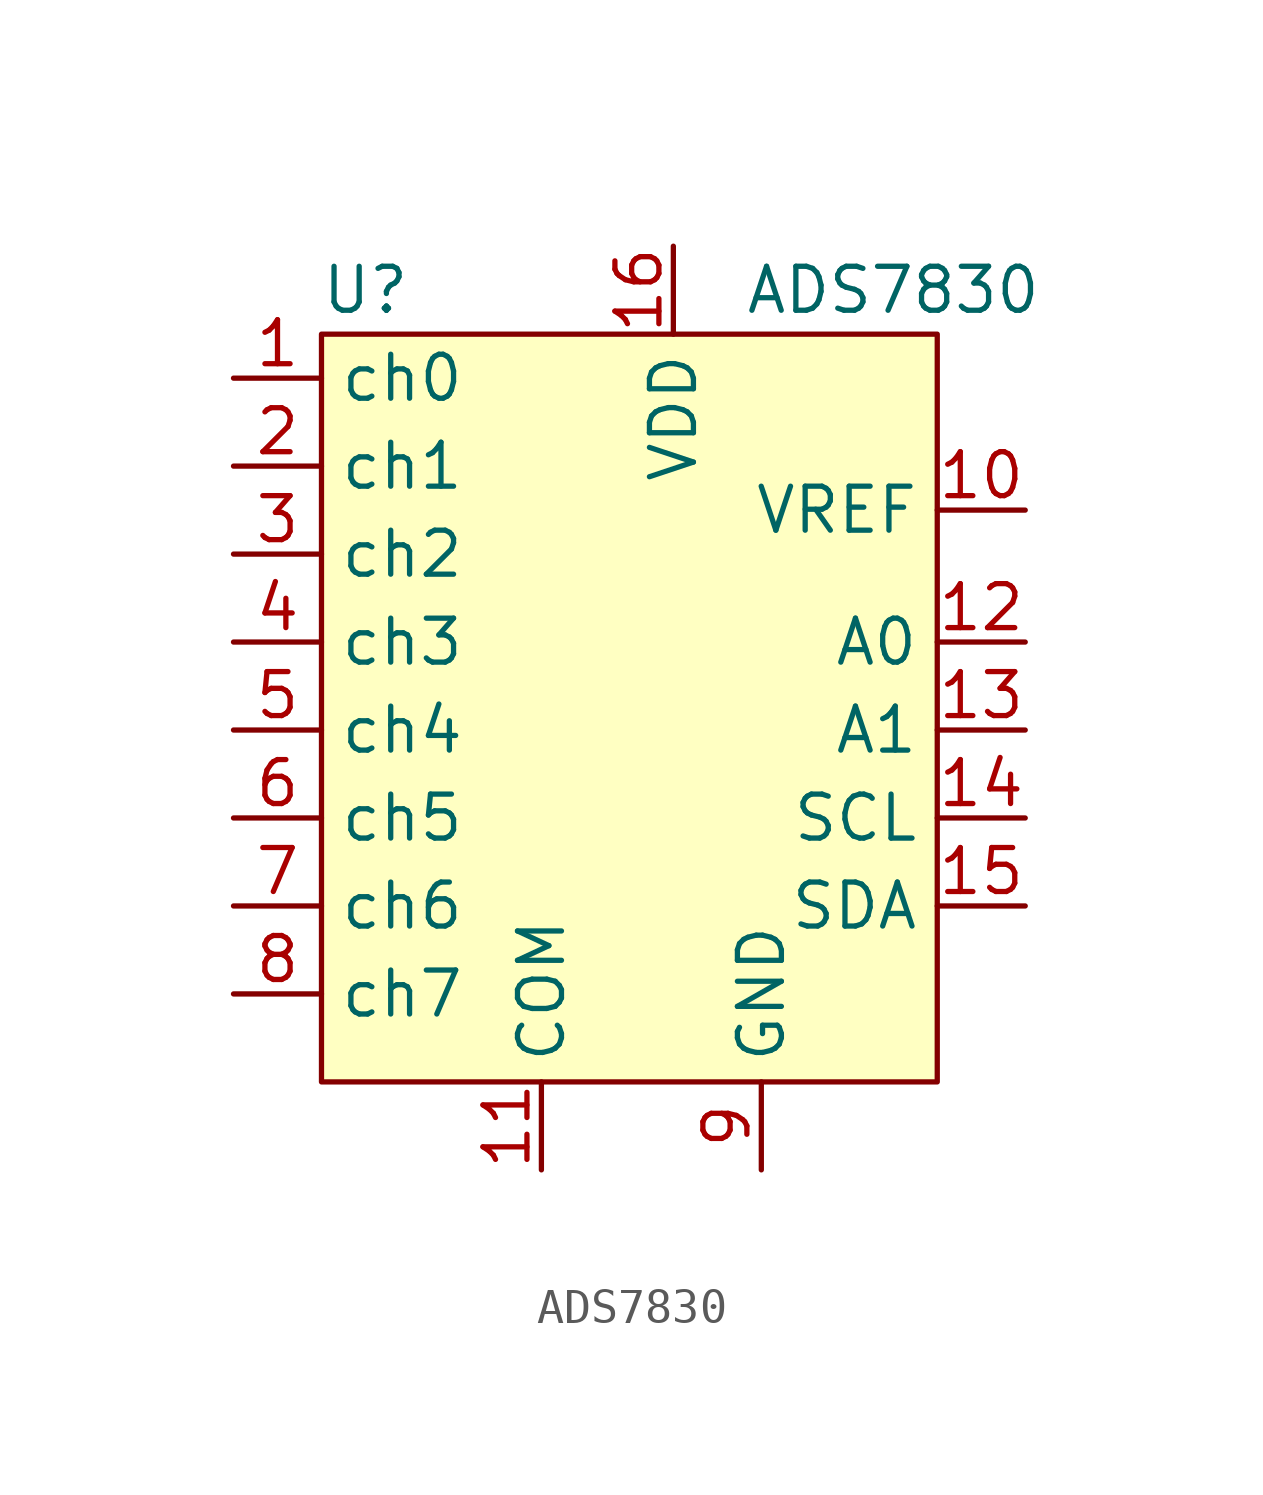
<source format=kicad_sym>
(kicad_symbol_lib
  (version 20211014)
  (generator kicad_symbol_editor)
  (symbol "ADS7830"
    (property "Reference" "U"
      (at -7.62 8.89 0)
      (effects (font (size 1.27 1.27))))
    (property "Value" "ADS7830"
      (at 7.62 8.89 0)
      (effects (font (size 1.27 1.27))))
    (symbol "ADS7830_0_0"
      (pin input line (at -11.43 6.35 0) (length 2.54) (name "ch0" (effects (font (size 1.27 1.27)))) (number "1" (effects (font (size 1.27 1.27)))))
      (pin bidirectional line (at 11.43 2.54 180) (length 2.54) (name "VREF" (effects (font (size 1.27 1.27)))) (number "10" (effects (font (size 1.27 1.27)))))
      (pin power_in line (at -2.54 -16.51 90) (length 2.54) (name "COM" (effects (font (size 1.27 1.27)))) (number "11" (effects (font (size 1.27 1.27)))))
      (pin input line (at 11.43 -1.27 180) (length 2.54) (name "A0" (effects (font (size 1.27 1.27)))) (number "12" (effects (font (size 1.27 1.27)))))
      (pin input line (at 11.43 -3.81 180) (length 2.54) (name "A1" (effects (font (size 1.27 1.27)))) (number "13" (effects (font (size 1.27 1.27)))))
      (pin input line (at 11.43 -6.35 180) (length 2.54) (name "SCL" (effects (font (size 1.27 1.27)))) (number "14" (effects (font (size 1.27 1.27)))))
      (pin input line (at 11.43 -8.89 180) (length 2.54) (name "SDA" (effects (font (size 1.27 1.27)))) (number "15" (effects (font (size 1.27 1.27)))))
      (pin power_in line (at 1.27 10.16 270) (length 2.54) (name "VDD" (effects (font (size 1.27 1.27)))) (number "16" (effects (font (size 1.27 1.27)))))
      (pin input line (at -11.43 3.81 0) (length 2.54) (name "ch1" (effects (font (size 1.27 1.27)))) (number "2" (effects (font (size 1.27 1.27)))))
      (pin input line (at -11.43 1.27 0) (length 2.54) (name "ch2" (effects (font (size 1.27 1.27)))) (number "3" (effects (font (size 1.27 1.27)))))
      (pin input line (at -11.43 -1.27 0) (length 2.54) (name "ch3" (effects (font (size 1.27 1.27)))) (number "4" (effects (font (size 1.27 1.27)))))
      (pin input line (at -11.43 -3.81 0) (length 2.54) (name "ch4" (effects (font (size 1.27 1.27)))) (number "5" (effects (font (size 1.27 1.27)))))
      (pin input line (at -11.43 -6.35 0) (length 2.54) (name "ch5" (effects (font (size 1.27 1.27)))) (number "6" (effects (font (size 1.27 1.27)))))
      (pin input line (at -11.43 -8.89 0) (length 2.54) (name "ch6" (effects (font (size 1.27 1.27)))) (number "7" (effects (font (size 1.27 1.27)))))
      (pin input line (at -11.43 -11.43 0) (length 2.54) (name "ch7" (effects (font (size 1.27 1.27)))) (number "8" (effects (font (size 1.27 1.27)))))
      (pin power_in line (at 3.81 -16.51 90) (length 2.54) (name "GND" (effects (font (size 1.27 1.27)))) (number "9" (effects (font (size 1.27 1.27))))))
    (symbol "ADS7830_0_1"
      (rectangle (start -8.89 7.62) (end 8.89 -13.97) (stroke (width 0) (type default) (color 0 0 0 0)) (fill (type background))))))
</source>
